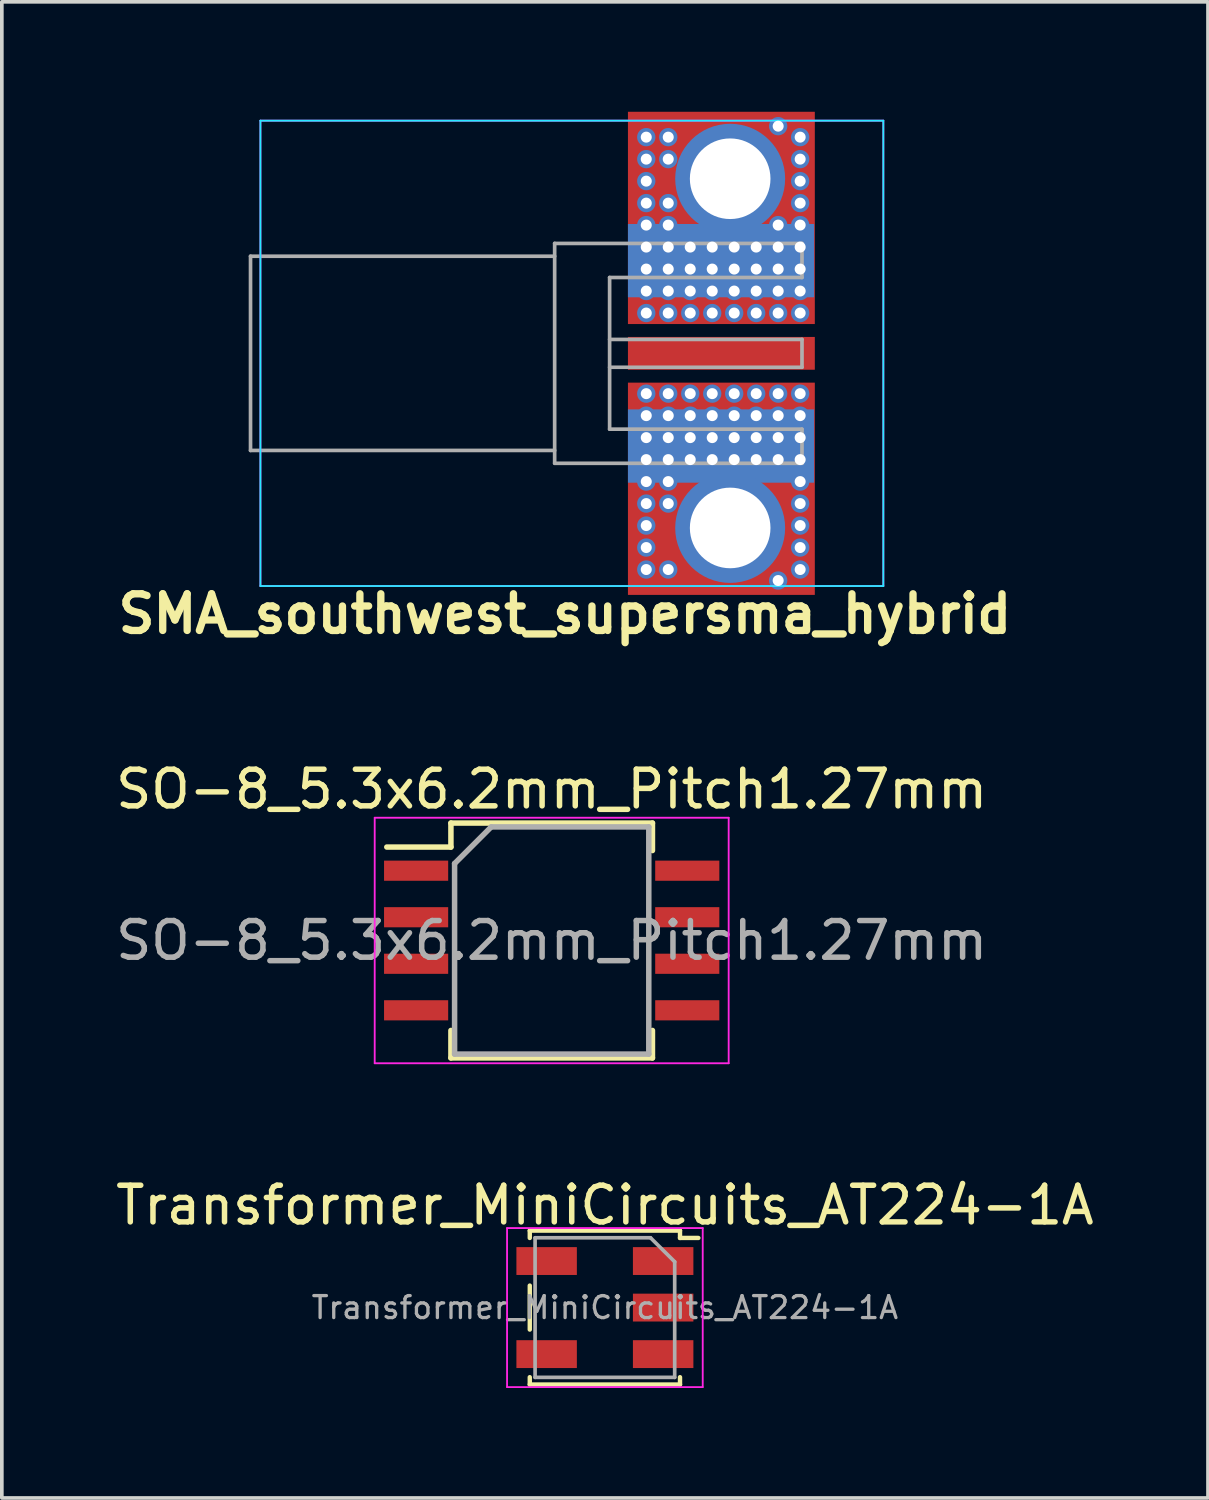
<source format=kicad_pcb>
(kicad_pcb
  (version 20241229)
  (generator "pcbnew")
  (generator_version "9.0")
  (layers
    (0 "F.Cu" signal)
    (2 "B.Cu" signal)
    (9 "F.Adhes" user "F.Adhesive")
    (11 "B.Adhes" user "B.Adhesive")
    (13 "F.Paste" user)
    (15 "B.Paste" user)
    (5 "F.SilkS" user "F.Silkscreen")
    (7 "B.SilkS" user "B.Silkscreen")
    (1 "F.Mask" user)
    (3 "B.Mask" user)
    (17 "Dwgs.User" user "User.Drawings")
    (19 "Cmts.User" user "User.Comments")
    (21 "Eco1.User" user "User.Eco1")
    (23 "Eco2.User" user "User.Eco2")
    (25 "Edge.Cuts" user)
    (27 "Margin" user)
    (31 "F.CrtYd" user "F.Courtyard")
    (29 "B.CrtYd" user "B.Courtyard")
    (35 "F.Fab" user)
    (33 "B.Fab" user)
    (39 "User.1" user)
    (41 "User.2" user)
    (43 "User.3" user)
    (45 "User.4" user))
  (footprint "Transformer_MiniCircuits_AT224-1A"
    (layer "F.Cu")
    (at 13.458 32.635)
    (property "Reference" "Transformer_MiniCircuits_AT224-1A" (at 0 -2.794 0) (layer "F.SilkS") (effects (font (size 1 1) (thickness 0.15))))
    (attr smd)
    (fp_line (start -2.05 -2.1) (end 2.05 -2.1) (stroke (width 0.12) (type solid)) (layer "F.SilkS"))
    (fp_line (start -2.05 -1.9) (end -2.05 -2.1) (stroke (width 0.12) (type solid)) (layer "F.SilkS"))
    (fp_line (start -2.05 -0.6) (end -2.05 0.6) (stroke (width 0.12) (type solid)) (layer "F.SilkS"))
    (fp_line (start -2.05 1.9) (end -2.05 2.1) (stroke (width 0.12) (type solid)) (layer "F.SilkS"))
    (fp_line (start -2.05 2.1) (end 2.05 2.1) (stroke (width 0.12) (type solid)) (layer "F.SilkS"))
    (fp_line (start 2.05 -2.1) (end 2.05 -1.9) (stroke (width 0.12) (type solid)) (layer "F.SilkS"))
    (fp_line (start 2.05 -1.9) (end 2.55 -1.9) (stroke (width 0.12) (type solid)) (layer "F.SilkS"))
    (fp_line (start 2.05 2.1) (end 2.05 1.9) (stroke (width 0.12) (type solid)) (layer "F.SilkS"))
    (fp_line (start -2.67 -2.17) (end 2.67 -2.17) (stroke (width 0.05) (type solid)) (layer "F.CrtYd"))
    (fp_line (start -2.67 2.17) (end -2.67 -2.17) (stroke (width 0.05) (type solid)) (layer "F.CrtYd"))
    (fp_line (start 2.67 -2.17) (end 2.67 2.17) (stroke (width 0.05) (type solid)) (layer "F.CrtYd"))
    (fp_line (start 2.67 2.17) (end -2.67 2.17) (stroke (width 0.05) (type solid)) (layer "F.CrtYd"))
    (fp_line (start -1.905 -1.905) (end -1.905 1.905) (stroke (width 0.1) (type solid)) (layer "F.Fab"))
    (fp_line (start -1.905 1.905) (end 1.905 1.905) (stroke (width 0.1) (type solid)) (layer "F.Fab"))
    (fp_line (start 1.245 -1.905) (end -1.905 -1.905) (stroke (width 0.1) (type solid)) (layer "F.Fab"))
    (fp_line (start 1.905 -1.25) (end 1.245 -1.905) (stroke (width 0.1) (type solid)) (layer "F.Fab"))
    (fp_line (start 1.905 1.905) (end 1.905 -1.25) (stroke (width 0.1) (type solid)) (layer "F.Fab"))
    (fp_text user "${REFERENCE}" (at 0 0 0) (layer "F.Fab") (effects (font (size 0.6 0.6) (thickness 0.09))))
    (pad "1" smd rect (at 1.59 -1.27) (size 1.65 0.76) (layers "F.Cu" "F.Mask" "F.Paste"))
    (pad "2" smd rect (at 1.59 0) (size 1.65 0.76) (layers "F.Cu" "F.Mask" "F.Paste"))
    (pad "3" smd rect (at 1.59 1.27) (size 1.65 0.76) (layers "F.Cu" "F.Mask" "F.Paste"))
    (pad "4" smd rect (at -1.59 1.27) (size 1.65 0.76) (layers "F.Cu" "F.Mask" "F.Paste"))
    (pad "6" smd rect (at -1.59 -1.27) (size 1.65 0.76) (layers "F.Cu" "F.Mask" "F.Paste")))
  (footprint "SO-8_5.3x6.2mm_Pitch1.27mm"
    (layer "F.Cu")
    (at 12.006 22.617)
    (property "Reference" "SO-8_5.3x6.2mm_Pitch1.27mm" (at 0 -4.13 0) (layer "F.SilkS") (effects (font (size 1 1) (thickness 0.15))))
    (attr smd)
    (fp_line (start -2.75 -3.205) (end -2.75 -2.55) (stroke (width 0.15) (type solid)) (layer "F.SilkS"))
    (fp_line (start -2.75 -3.205) (end 2.75 -3.205) (stroke (width 0.15) (type solid)) (layer "F.SilkS"))
    (fp_line (start -2.75 -2.55) (end -4.5 -2.55) (stroke (width 0.15) (type solid)) (layer "F.SilkS"))
    (fp_line (start -2.75 3.205) (end -2.75 2.455) (stroke (width 0.15) (type solid)) (layer "F.SilkS"))
    (fp_line (start -2.75 3.205) (end 2.75 3.205) (stroke (width 0.15) (type solid)) (layer "F.SilkS"))
    (fp_line (start 2.75 -3.205) (end 2.75 -2.455) (stroke (width 0.15) (type solid)) (layer "F.SilkS"))
    (fp_line (start 2.75 3.205) (end 2.75 2.455) (stroke (width 0.15) (type solid)) (layer "F.SilkS"))
    (fp_line (start -4.83 -3.35) (end -4.83 3.35) (stroke (width 0.05) (type solid)) (layer "F.CrtYd"))
    (fp_line (start -4.83 -3.35) (end 4.83 -3.35) (stroke (width 0.05) (type solid)) (layer "F.CrtYd"))
    (fp_line (start -4.83 3.35) (end 4.83 3.35) (stroke (width 0.05) (type solid)) (layer "F.CrtYd"))
    (fp_line (start 4.83 -3.35) (end 4.83 3.35) (stroke (width 0.05) (type solid)) (layer "F.CrtYd"))
    (fp_line (start -2.65 -2.1) (end -1.65 -3.1) (stroke (width 0.15) (type solid)) (layer "F.Fab"))
    (fp_line (start -2.65 3.1) (end -2.65 -2.1) (stroke (width 0.15) (type solid)) (layer "F.Fab"))
    (fp_line (start -1.65 -3.1) (end 2.65 -3.1) (stroke (width 0.15) (type solid)) (layer "F.Fab"))
    (fp_line (start 2.65 -3.1) (end 2.65 3.1) (stroke (width 0.15) (type solid)) (layer "F.Fab"))
    (fp_line (start 2.65 3.1) (end -2.65 3.1) (stroke (width 0.15) (type solid)) (layer "F.Fab"))
    (fp_text user "${REFERENCE}" (at 0 0 0) (layer "F.Fab") (effects (font (size 1 1) (thickness 0.15))))
    (pad "1" smd rect (at -3.7 -1.905) (size 1.75 0.55) (layers "F.Cu" "F.Mask" "F.Paste"))
    (pad "2" smd rect (at -3.7 -0.635) (size 1.75 0.55) (layers "F.Cu" "F.Mask" "F.Paste"))
    (pad "3" smd rect (at -3.7 0.635) (size 1.75 0.55) (layers "F.Cu" "F.Mask" "F.Paste"))
    (pad "4" smd rect (at -3.7 1.905) (size 1.75 0.55) (layers "F.Cu" "F.Mask" "F.Paste"))
    (pad "5" smd rect (at 3.7 1.905) (size 1.75 0.55) (layers "F.Cu" "F.Mask" "F.Paste"))
    (pad "6" smd rect (at 3.7 0.635) (size 1.75 0.55) (layers "F.Cu" "F.Mask" "F.Paste"))
    (pad "7" smd rect (at 3.7 -0.635) (size 1.75 0.55) (layers "F.Cu" "F.Mask" "F.Paste"))
    (pad "8" smd rect (at 3.7 -1.905) (size 1.75 0.55) (layers "F.Cu" "F.Mask" "F.Paste")))
  (footprint "SMA_southwest_supersma_hybrid"
    (layer "F.Cu")
    (at 14.087 6.593)
    (property "Reference" "SMA_southwest_supersma_hybrid" (at -1.72 7.11 0) (layer "F.SilkS") (effects (font (size 1 1) (thickness 0.2))))
    (attr smd)
    (fp_line (start -10.03 -6.35) (end -10.03 6.35) (stroke (width 0.05) (type solid)) (layer "B.CrtYd"))
    (fp_line (start -10.03 -6.35) (end 6.97 -6.35) (stroke (width 0.05) (type solid)) (layer "B.CrtYd"))
    (fp_line (start -10.03 6.35) (end 6.97 6.35) (stroke (width 0.05) (type solid)) (layer "B.CrtYd"))
    (fp_line (start 6.97 -6.35) (end 6.97 6.35) (stroke (width 0.05) (type solid)) (layer "B.CrtYd"))
    (fp_line (start -10.03 -6.35) (end -10.03 6.35) (stroke (width 0.05) (type solid)) (layer "F.CrtYd"))
    (fp_line (start -10.03 6.35) (end 6.97 6.35) (stroke (width 0.05) (type solid)) (layer "F.CrtYd"))
    (fp_line (start 6.97 -6.35) (end -10.03 -6.35) (stroke (width 0.05) (type solid)) (layer "F.CrtYd"))
    (fp_line (start 6.97 -6.35) (end 6.97 6.35) (stroke (width 0.05) (type solid)) (layer "F.CrtYd"))
    (fp_line (start -10.3 -2.65) (end -10.3 2.65) (stroke (width 0.1) (type solid)) (layer "F.Fab"))
    (fp_line (start -10.3 -2.65) (end -2 -2.65) (stroke (width 0.1) (type solid)) (layer "F.Fab"))
    (fp_line (start -10.3 2.65) (end -2 2.65) (stroke (width 0.1) (type solid)) (layer "F.Fab"))
    (fp_line (start -2 -3) (end -2 3) (stroke (width 0.1) (type solid)) (layer "F.Fab"))
    (fp_line (start -2 3) (end 4.75 3) (stroke (width 0.1) (type solid)) (layer "F.Fab"))
    (fp_line (start -0.5 -2.07) (end -0.5 2.07) (stroke (width 0.1) (type solid)) (layer "F.Fab"))
    (fp_line (start -0.5 -2.07) (end 4.75 -2.07) (stroke (width 0.1) (type solid)) (layer "F.Fab"))
    (fp_line (start -0.5 -0.38) (end 4.75 -0.38) (stroke (width 0.1) (type solid)) (layer "F.Fab"))
    (fp_line (start -0.5 0.38) (end 4.75 0.38) (stroke (width 0.1) (type solid)) (layer "F.Fab"))
    (fp_line (start -0.5 2.07) (end 4.75 2.07) (stroke (width 0.1) (type solid)) (layer "F.Fab"))
    (fp_line (start 4.75 -3) (end -2 -3) (stroke (width 0.1) (type solid)) (layer "F.Fab"))
    (fp_line (start 4.75 -3) (end 4.75 -2.07) (stroke (width 0.1) (type solid)) (layer "F.Fab"))
    (fp_line (start 4.75 -0.38) (end 4.75 0.38) (stroke (width 0.1) (type solid)) (layer "F.Fab"))
    (fp_line (start 4.75 2.07) (end 4.75 3) (stroke (width 0.1) (type solid)) (layer "F.Fab"))
    (pad "1" smd rect (at 2.55 0) (size 5.1 0.895) (layers "F.Cu" "F.Mask"))
    (pad "2" thru_hole circle (at 0.5 -5.9) (size 0.5 0.5) (drill 0.3) (layers "*.Cu" "*.Mask"))
    (pad "2" thru_hole circle (at 0.5 -5.3) (size 0.5 0.5) (drill 0.3) (layers "*.Cu" "*.Mask"))
    (pad "2" thru_hole circle (at 0.5 -4.7) (size 0.5 0.5) (drill 0.3) (layers "*.Cu" "*.Mask"))
    (pad "2" thru_hole circle (at 0.5 -4.1) (size 0.5 0.5) (drill 0.3) (layers "*.Cu" "*.Mask"))
    (pad "2" thru_hole circle (at 0.5 -3.5) (size 0.5 0.5) (drill 0.3) (layers "*.Cu" "*.Mask"))
    (pad "2" thru_hole circle (at 0.5 -2.9) (size 0.5 0.5) (drill 0.3) (layers "*.Cu" "*.Mask"))
    (pad "2" thru_hole circle (at 0.5 -2.3) (size 0.5 0.5) (drill 0.3) (layers "*.Cu" "*.Mask"))
    (pad "2" thru_hole circle (at 0.5 -1.7) (size 0.5 0.5) (drill 0.3) (layers "*.Cu" "*.Mask"))
    (pad "2" thru_hole circle (at 0.5 -1.1) (size 0.5 0.5) (drill 0.3) (layers "*.Cu" "*.Mask"))
    (pad "2" thru_hole circle (at 0.5 1.1) (size 0.5 0.5) (drill 0.3) (layers "*.Cu" "*.Mask"))
    (pad "2" thru_hole circle (at 0.5 1.7) (size 0.5 0.5) (drill 0.3) (layers "*.Cu" "*.Mask"))
    (pad "2" thru_hole circle (at 0.5 2.3) (size 0.5 0.5) (drill 0.3) (layers "*.Cu" "*.Mask"))
    (pad "2" thru_hole circle (at 0.5 2.9) (size 0.5 0.5) (drill 0.3) (layers "*.Cu" "*.Mask"))
    (pad "2" thru_hole circle (at 0.5 3.5) (size 0.5 0.5) (drill 0.3) (layers "*.Cu" "*.Mask"))
    (pad "2" thru_hole circle (at 0.5 4.1) (size 0.5 0.5) (drill 0.3) (layers "*.Cu" "*.Mask"))
    (pad "2" thru_hole circle (at 0.5 4.7) (size 0.5 0.5) (drill 0.3) (layers "*.Cu" "*.Mask"))
    (pad "2" thru_hole circle (at 0.5 5.3) (size 0.5 0.5) (drill 0.3) (layers "*.Cu" "*.Mask"))
    (pad "2" thru_hole circle (at 0.5 5.9) (size 0.5 0.5) (drill 0.3) (layers "*.Cu" "*.Mask"))
    (pad "2" thru_hole circle (at 1.1 -5.9) (size 0.5 0.5) (drill 0.3) (layers "*.Cu" "*.Mask"))
    (pad "2" thru_hole circle (at 1.1 -5.3) (size 0.5 0.5) (drill 0.3) (layers "*.Cu" "*.Mask"))
    (pad "2" thru_hole circle (at 1.1 -4.1) (size 0.5 0.5) (drill 0.3) (layers "*.Cu" "*.Mask"))
    (pad "2" thru_hole circle (at 1.1 -3.5) (size 0.5 0.5) (drill 0.3) (layers "*.Cu" "*.Mask"))
    (pad "2" thru_hole circle (at 1.1 -2.9) (size 0.5 0.5) (drill 0.3) (layers "*.Cu" "*.Mask"))
    (pad "2" thru_hole circle (at 1.1 -2.3) (size 0.5 0.5) (drill 0.3) (layers "*.Cu" "*.Mask"))
    (pad "2" thru_hole circle (at 1.1 -1.7) (size 0.5 0.5) (drill 0.3) (layers "*.Cu" "*.Mask"))
    (pad "2" thru_hole circle (at 1.1 -1.1) (size 0.5 0.5) (drill 0.3) (layers "*.Cu" "*.Mask"))
    (pad "2" thru_hole circle (at 1.1 1.1) (size 0.5 0.5) (drill 0.3) (layers "*.Cu" "*.Mask"))
    (pad "2" thru_hole circle (at 1.1 1.7) (size 0.5 0.5) (drill 0.3) (layers "*.Cu" "*.Mask"))
    (pad "2" thru_hole circle (at 1.1 2.3) (size 0.5 0.5) (drill 0.3) (layers "*.Cu" "*.Mask"))
    (pad "2" thru_hole circle (at 1.1 2.9) (size 0.5 0.5) (drill 0.3) (layers "*.Cu" "*.Mask"))
    (pad "2" thru_hole circle (at 1.1 3.5) (size 0.5 0.5) (drill 0.3) (layers "*.Cu" "*.Mask"))
    (pad "2" thru_hole circle (at 1.1 4.1) (size 0.5 0.5) (drill 0.3) (layers "*.Cu" "*.Mask"))
    (pad "2" thru_hole circle (at 1.1 5.9) (size 0.5 0.5) (drill 0.3) (layers "*.Cu" "*.Mask"))
    (pad "2" thru_hole circle (at 1.7 -2.9) (size 0.5 0.5) (drill 0.3) (layers "*.Cu" "*.Mask"))
    (pad "2" thru_hole circle (at 1.7 -2.3) (size 0.5 0.5) (drill 0.3) (layers "*.Cu" "*.Mask"))
    (pad "2" thru_hole circle (at 1.7 -1.7) (size 0.5 0.5) (drill 0.3) (layers "*.Cu" "*.Mask"))
    (pad "2" thru_hole circle (at 1.7 -1.1) (size 0.5 0.5) (drill 0.3) (layers "*.Cu" "*.Mask"))
    (pad "2" thru_hole circle (at 1.7 1.1) (size 0.5 0.5) (drill 0.3) (layers "*.Cu" "*.Mask"))
    (pad "2" thru_hole circle (at 1.7 1.7) (size 0.5 0.5) (drill 0.3) (layers "*.Cu" "*.Mask"))
    (pad "2" thru_hole circle (at 1.7 2.3) (size 0.5 0.5) (drill 0.3) (layers "*.Cu" "*.Mask"))
    (pad "2" thru_hole circle (at 1.7 2.9) (size 0.5 0.5) (drill 0.3) (layers "*.Cu" "*.Mask"))
    (pad "2" thru_hole circle (at 2.3 -2.9) (size 0.5 0.5) (drill 0.3) (layers "*.Cu" "*.Mask"))
    (pad "2" thru_hole circle (at 2.3 -2.3) (size 0.5 0.5) (drill 0.3) (layers "*.Cu" "*.Mask"))
    (pad "2" thru_hole circle (at 2.3 -1.7) (size 0.5 0.5) (drill 0.3) (layers "*.Cu" "*.Mask"))
    (pad "2" thru_hole circle (at 2.3 -1.1) (size 0.5 0.5) (drill 0.3) (layers "*.Cu" "*.Mask"))
    (pad "2" thru_hole circle (at 2.3 1.1) (size 0.5 0.5) (drill 0.3) (layers "*.Cu" "*.Mask"))
    (pad "2" thru_hole circle (at 2.3 1.7) (size 0.5 0.5) (drill 0.3) (layers "*.Cu" "*.Mask"))
    (pad "2" thru_hole circle (at 2.3 2.3) (size 0.5 0.5) (drill 0.3) (layers "*.Cu" "*.Mask"))
    (pad "2" thru_hole circle (at 2.3 2.9) (size 0.5 0.5) (drill 0.3) (layers "*.Cu" "*.Mask"))
    (pad "2" smd rect (at 2.54 -2.53) (size 5.08 2) (layers "B.Cu" "B.Mask"))
    (pad "2" smd rect (at 2.54 2.53) (size 5.08 2) (layers "B.Cu" "B.Mask"))
    (pad "2" smd rect (at 2.55 -3.696) (size 5.1 5.793) (layers "F.Cu" "F.Mask"))
    (pad "2" smd rect (at 2.55 3.696) (size 5.1 5.793) (layers "F.Cu" "F.Mask"))
    (pad "2" thru_hole circle (at 2.79 -4.765) (size 3 3) (drill 2.2) (layers "*.Cu" "*.Mask"))
    (pad "2" thru_hole circle (at 2.79 4.765) (size 3 3) (drill 2.2) (layers "*.Cu" "*.Mask"))
    (pad "2" thru_hole circle (at 2.9 -2.9) (size 0.5 0.5) (drill 0.3) (layers "*.Cu" "*.Mask"))
    (pad "2" thru_hole circle (at 2.9 -2.3) (size 0.5 0.5) (drill 0.3) (layers "*.Cu" "*.Mask"))
    (pad "2" thru_hole circle (at 2.9 -1.7) (size 0.5 0.5) (drill 0.3) (layers "*.Cu" "*.Mask"))
    (pad "2" thru_hole circle (at 2.9 -1.1) (size 0.5 0.5) (drill 0.3) (layers "*.Cu" "*.Mask"))
    (pad "2" thru_hole circle (at 2.9 1.1) (size 0.5 0.5) (drill 0.3) (layers "*.Cu" "*.Mask"))
    (pad "2" thru_hole circle (at 2.9 1.7) (size 0.5 0.5) (drill 0.3) (layers "*.Cu" "*.Mask"))
    (pad "2" thru_hole circle (at 2.9 2.3) (size 0.5 0.5) (drill 0.3) (layers "*.Cu" "*.Mask"))
    (pad "2" thru_hole circle (at 2.9 2.9) (size 0.5 0.5) (drill 0.3) (layers "*.Cu" "*.Mask"))
    (pad "2" thru_hole circle (at 3.5 -2.9) (size 0.5 0.5) (drill 0.3) (layers "*.Cu" "*.Mask"))
    (pad "2" thru_hole circle (at 3.5 -2.3) (size 0.5 0.5) (drill 0.3) (layers "*.Cu" "*.Mask"))
    (pad "2" thru_hole circle (at 3.5 -1.7) (size 0.5 0.5) (drill 0.3) (layers "*.Cu" "*.Mask"))
    (pad "2" thru_hole circle (at 3.5 -1.1) (size 0.5 0.5) (drill 0.3) (layers "*.Cu" "*.Mask"))
    (pad "2" thru_hole circle (at 3.5 1.1) (size 0.5 0.5) (drill 0.3) (layers "*.Cu" "*.Mask"))
    (pad "2" thru_hole circle (at 3.5 1.7) (size 0.5 0.5) (drill 0.3) (layers "*.Cu" "*.Mask"))
    (pad "2" thru_hole circle (at 3.5 2.3) (size 0.5 0.5) (drill 0.3) (layers "*.Cu" "*.Mask"))
    (pad "2" thru_hole circle (at 3.5 2.9) (size 0.5 0.5) (drill 0.3) (layers "*.Cu" "*.Mask"))
    (pad "2" thru_hole circle (at 4.1 -6.2) (size 0.5 0.5) (drill 0.3) (layers "*.Cu" "*.Mask"))
    (pad "2" thru_hole circle (at 4.1 -3.5) (size 0.5 0.5) (drill 0.3) (layers "*.Cu" "*.Mask"))
    (pad "2" thru_hole circle (at 4.1 -2.9) (size 0.5 0.5) (drill 0.3) (layers "*.Cu" "*.Mask"))
    (pad "2" thru_hole circle (at 4.1 -2.3) (size 0.5 0.5) (drill 0.3) (layers "*.Cu" "*.Mask"))
    (pad "2" thru_hole circle (at 4.1 -1.7) (size 0.5 0.5) (drill 0.3) (layers "*.Cu" "*.Mask"))
    (pad "2" thru_hole circle (at 4.1 -1.1) (size 0.5 0.5) (drill 0.3) (layers "*.Cu" "*.Mask"))
    (pad "2" thru_hole circle (at 4.1 1.1) (size 0.5 0.5) (drill 0.3) (layers "*.Cu" "*.Mask"))
    (pad "2" thru_hole circle (at 4.1 1.7) (size 0.5 0.5) (drill 0.3) (layers "*.Cu" "*.Mask"))
    (pad "2" thru_hole circle (at 4.1 2.3) (size 0.5 0.5) (drill 0.3) (layers "*.Cu" "*.Mask"))
    (pad "2" thru_hole circle (at 4.1 2.9) (size 0.5 0.5) (drill 0.3) (layers "*.Cu" "*.Mask"))
    (pad "2" thru_hole circle (at 4.1 6.2) (size 0.5 0.5) (drill 0.3) (layers "*.Cu" "*.Mask"))
    (pad "2" thru_hole circle (at 4.7 -5.9) (size 0.5 0.5) (drill 0.3) (layers "*.Cu" "*.Mask"))
    (pad "2" thru_hole circle (at 4.7 -5.3) (size 0.5 0.5) (drill 0.3) (layers "*.Cu" "*.Mask"))
    (pad "2" thru_hole circle (at 4.7 -4.7) (size 0.5 0.5) (drill 0.3) (layers "*.Cu" "*.Mask"))
    (pad "2" thru_hole circle (at 4.7 -4.1) (size 0.5 0.5) (drill 0.3) (layers "*.Cu" "*.Mask"))
    (pad "2" thru_hole circle (at 4.7 -3.5) (size 0.5 0.5) (drill 0.3) (layers "*.Cu" "*.Mask"))
    (pad "2" thru_hole circle (at 4.7 -2.9) (size 0.5 0.5) (drill 0.3) (layers "*.Cu" "*.Mask"))
    (pad "2" thru_hole circle (at 4.7 -2.3) (size 0.5 0.5) (drill 0.3) (layers "*.Cu" "*.Mask"))
    (pad "2" thru_hole circle (at 4.7 -1.7) (size 0.5 0.5) (drill 0.3) (layers "*.Cu" "*.Mask"))
    (pad "2" thru_hole circle (at 4.7 -1.1) (size 0.5 0.5) (drill 0.3) (layers "*.Cu" "*.Mask"))
    (pad "2" thru_hole circle (at 4.7 1.1) (size 0.5 0.5) (drill 0.3) (layers "*.Cu" "*.Mask"))
    (pad "2" thru_hole circle (at 4.7 1.7) (size 0.5 0.5) (drill 0.3) (layers "*.Cu" "*.Mask"))
    (pad "2" thru_hole circle (at 4.7 2.3) (size 0.5 0.5) (drill 0.3) (layers "*.Cu" "*.Mask"))
    (pad "2" thru_hole circle (at 4.7 2.9) (size 0.5 0.5) (drill 0.3) (layers "*.Cu" "*.Mask"))
    (pad "2" thru_hole circle (at 4.7 3.5) (size 0.5 0.5) (drill 0.3) (layers "*.Cu" "*.Mask"))
    (pad "2" thru_hole circle (at 4.7 4.1) (size 0.5 0.5) (drill 0.3) (layers "*.Cu" "*.Mask"))
    (pad "2" thru_hole circle (at 4.7 4.7) (size 0.5 0.5) (drill 0.3) (layers "*.Cu" "*.Mask"))
    (pad "2" thru_hole circle (at 4.7 5.3) (size 0.5 0.5) (drill 0.3) (layers "*.Cu" "*.Mask"))
    (pad "2" thru_hole circle (at 4.7 5.9) (size 0.5 0.5) (drill 0.3) (layers "*.Cu" "*.Mask")))
  (gr_rect
    (start -3 -3)
    (end 29.917 37.83)
    (stroke (width 0.1) (type default))
    (fill no)
    (layer "Edge.Cuts")))
</source>
